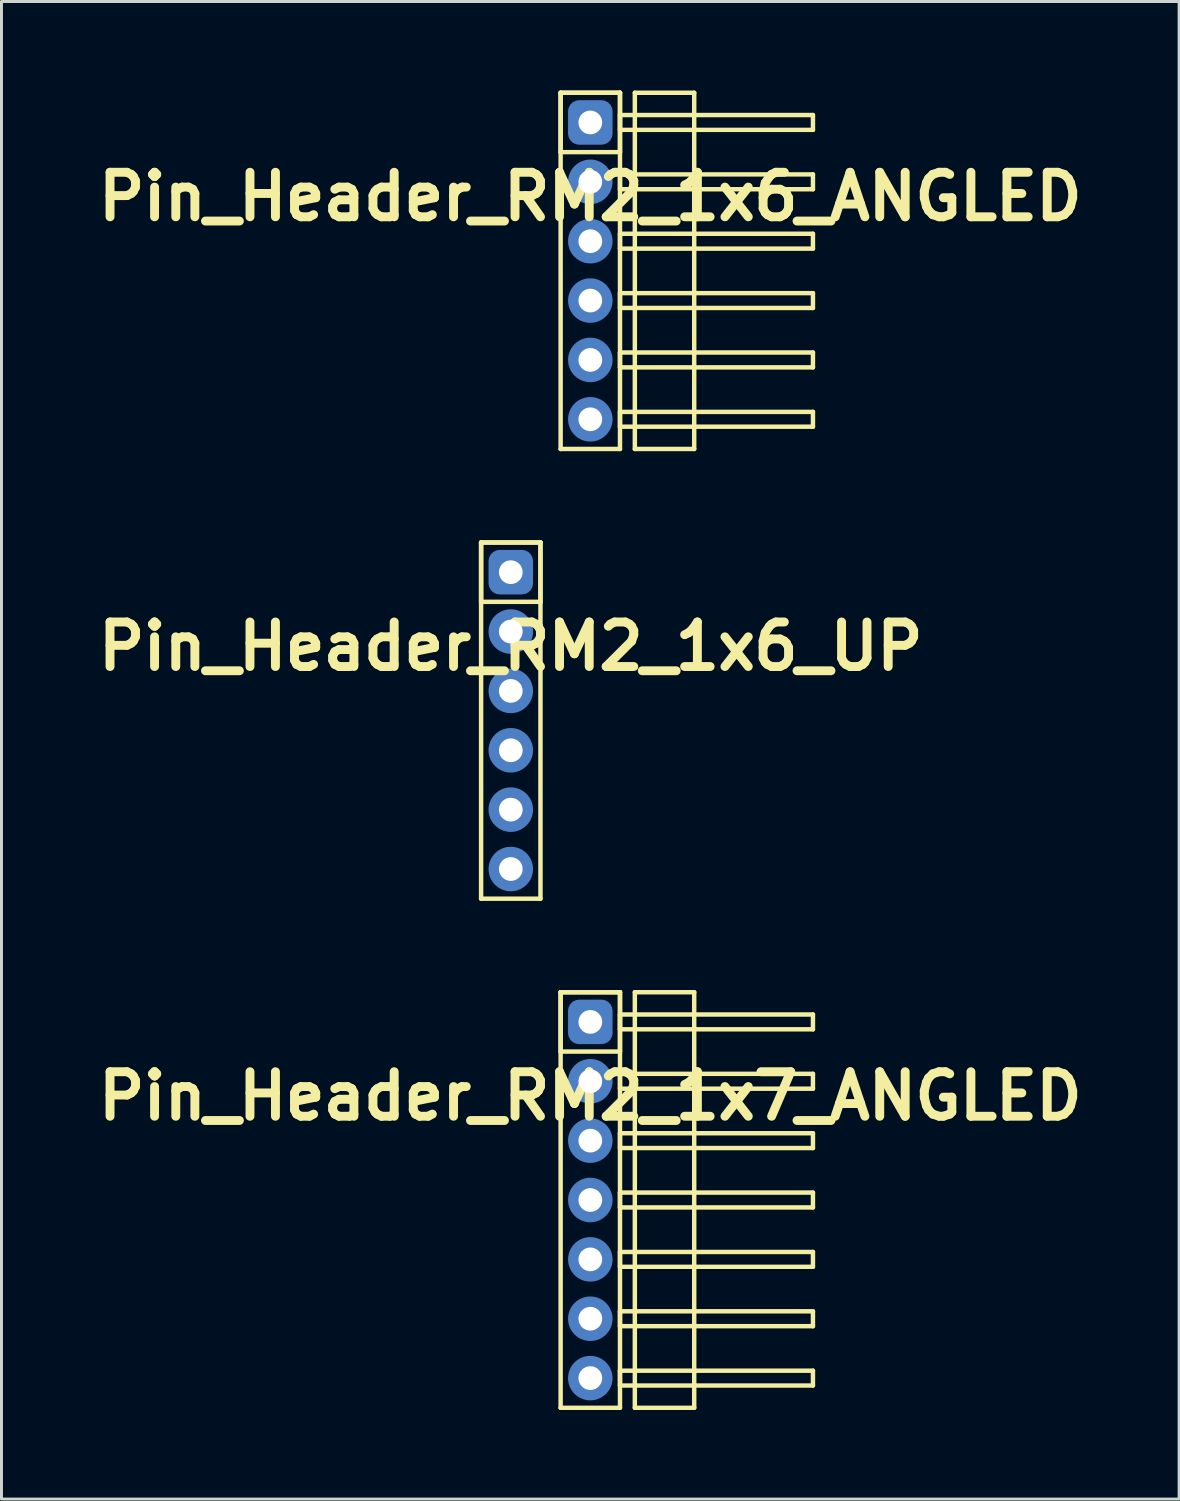
<source format=kicad_pcb>
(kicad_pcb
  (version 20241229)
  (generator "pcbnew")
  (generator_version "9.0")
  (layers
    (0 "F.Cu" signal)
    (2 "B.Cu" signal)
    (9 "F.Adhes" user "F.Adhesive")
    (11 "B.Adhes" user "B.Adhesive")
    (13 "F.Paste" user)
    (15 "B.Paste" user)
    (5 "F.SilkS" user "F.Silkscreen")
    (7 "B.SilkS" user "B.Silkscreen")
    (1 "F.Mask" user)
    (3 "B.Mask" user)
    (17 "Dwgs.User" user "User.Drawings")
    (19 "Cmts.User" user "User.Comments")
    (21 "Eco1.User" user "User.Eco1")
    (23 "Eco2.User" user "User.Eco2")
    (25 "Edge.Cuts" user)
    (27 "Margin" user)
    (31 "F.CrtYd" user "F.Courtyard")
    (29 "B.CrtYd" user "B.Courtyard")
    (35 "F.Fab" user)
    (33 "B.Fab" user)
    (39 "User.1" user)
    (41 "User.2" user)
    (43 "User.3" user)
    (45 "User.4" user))
  (footprint "Pin_Header_RM2_1x6_ANGLED"
    (layer "F.Cu")
    (at 16.836 1.075)
    (property "Reference" "Pin_Header_RM2_1x6_ANGLED" (at 0 2.5 0) (layer "F.SilkS") (effects (font (size 1.5 1.5) (thickness 0.3))))
    (attr through_hole)
    (fp_line (start -1 -1) (end 1 -1) (stroke (width 0.15) (type solid)) (layer "F.SilkS"))
    (fp_line (start -1 -1) (end 1 -1) (stroke (width 0.15) (type solid)) (layer "F.SilkS"))
    (fp_line (start -1 1) (end -1 -1) (stroke (width 0.15) (type solid)) (layer "F.SilkS"))
    (fp_line (start -1 11) (end -1 -1) (stroke (width 0.15) (type solid)) (layer "F.SilkS"))
    (fp_line (start 1 -1) (end 1 1) (stroke (width 0.15) (type solid)) (layer "F.SilkS"))
    (fp_line (start 1 -1) (end 1 11) (stroke (width 0.15) (type solid)) (layer "F.SilkS"))
    (fp_line (start 1 -0.25) (end 7.5 -0.25) (stroke (width 0.15) (type solid)) (layer "F.SilkS"))
    (fp_line (start 1 0.25) (end 1 -0.25) (stroke (width 0.15) (type solid)) (layer "F.SilkS"))
    (fp_line (start 1 1) (end -1 1) (stroke (width 0.15) (type solid)) (layer "F.SilkS"))
    (fp_line (start 1 1.75) (end 7.5 1.75) (stroke (width 0.15) (type solid)) (layer "F.SilkS"))
    (fp_line (start 1 2.25) (end 1 1.75) (stroke (width 0.15) (type solid)) (layer "F.SilkS"))
    (fp_line (start 1 3.75) (end 7.5 3.75) (stroke (width 0.15) (type solid)) (layer "F.SilkS"))
    (fp_line (start 1 4.25) (end 1 3.75) (stroke (width 0.15) (type solid)) (layer "F.SilkS"))
    (fp_line (start 1 5.75) (end 7.5 5.75) (stroke (width 0.15) (type solid)) (layer "F.SilkS"))
    (fp_line (start 1 6.25) (end 1 5.75) (stroke (width 0.15) (type solid)) (layer "F.SilkS"))
    (fp_line (start 1 7.75) (end 7.5 7.75) (stroke (width 0.15) (type solid)) (layer "F.SilkS"))
    (fp_line (start 1 8.25) (end 1 7.75) (stroke (width 0.15) (type solid)) (layer "F.SilkS"))
    (fp_line (start 1 9.75) (end 7.5 9.75) (stroke (width 0.15) (type solid)) (layer "F.SilkS"))
    (fp_line (start 1 10.25) (end 1 9.75) (stroke (width 0.15) (type solid)) (layer "F.SilkS"))
    (fp_line (start 1 11) (end -1 11) (stroke (width 0.15) (type solid)) (layer "F.SilkS"))
    (fp_line (start 1.5 -1) (end 3.5 -1) (stroke (width 0.15) (type solid)) (layer "F.SilkS"))
    (fp_line (start 1.5 11) (end 1.5 -1) (stroke (width 0.15) (type solid)) (layer "F.SilkS"))
    (fp_line (start 3.5 -1) (end 3.5 11) (stroke (width 0.15) (type solid)) (layer "F.SilkS"))
    (fp_line (start 3.5 11) (end 1.5 11) (stroke (width 0.15) (type solid)) (layer "F.SilkS"))
    (fp_line (start 7.5 -0.25) (end 7.5 0.25) (stroke (width 0.15) (type solid)) (layer "F.SilkS"))
    (fp_line (start 7.5 0.25) (end 1 0.25) (stroke (width 0.15) (type solid)) (layer "F.SilkS"))
    (fp_line (start 7.5 1.75) (end 7.5 2.25) (stroke (width 0.15) (type solid)) (layer "F.SilkS"))
    (fp_line (start 7.5 2.25) (end 1 2.25) (stroke (width 0.15) (type solid)) (layer "F.SilkS"))
    (fp_line (start 7.5 3.75) (end 7.5 4.25) (stroke (width 0.15) (type solid)) (layer "F.SilkS"))
    (fp_line (start 7.5 4.25) (end 1 4.25) (stroke (width 0.15) (type solid)) (layer "F.SilkS"))
    (fp_line (start 7.5 5.75) (end 7.5 6.25) (stroke (width 0.15) (type solid)) (layer "F.SilkS"))
    (fp_line (start 7.5 6.25) (end 1 6.25) (stroke (width 0.15) (type solid)) (layer "F.SilkS"))
    (fp_line (start 7.5 7.75) (end 7.5 8.25) (stroke (width 0.15) (type solid)) (layer "F.SilkS"))
    (fp_line (start 7.5 8.25) (end 1 8.25) (stroke (width 0.15) (type solid)) (layer "F.SilkS"))
    (fp_line (start 7.5 9.75) (end 7.5 10.25) (stroke (width 0.15) (type solid)) (layer "F.SilkS"))
    (fp_line (start 7.5 10.25) (end 1 10.25) (stroke (width 0.15) (type solid)) (layer "F.SilkS"))
    (pad "1" thru_hole circle (at 0 0) (size 1.1 1.1) (drill 0.8) (layers "*.Cu" "*.Mask"))
    (pad "1" smd roundrect (at 0 0) (size 1.25 1.25) (layers "F.Cu" "F.Mask") (roundrect_rratio 0.25))
    (pad "1" smd roundrect (at 0 0) (size 1.5 1.5) (layers "B.Cu" "B.Mask") (roundrect_rratio 0.25))
    (pad "2" thru_hole circle (at 0 2) (size 1.1 1.1) (drill 0.8) (layers "*.Cu" "*.Mask"))
    (pad "2" smd circle (at 0 2) (size 1.25 1.25) (layers "F.Cu" "F.Mask"))
    (pad "2" smd circle (at 0 2) (size 1.5 1.5) (layers "B.Cu" "B.Mask"))
    (pad "3" thru_hole circle (at 0 4) (size 1.1 1.1) (drill 0.8) (layers "*.Cu" "*.Mask"))
    (pad "3" smd circle (at 0 4) (size 1.25 1.25) (layers "F.Cu" "F.Mask"))
    (pad "3" smd circle (at 0 4) (size 1.5 1.5) (layers "B.Cu" "B.Mask"))
    (pad "4" thru_hole circle (at 0 6) (size 1.1 1.1) (drill 0.8) (layers "*.Cu" "*.Mask"))
    (pad "4" smd circle (at 0 6) (size 1.25 1.25) (layers "F.Cu" "F.Mask"))
    (pad "4" smd circle (at 0 6) (size 1.5 1.5) (layers "B.Cu" "B.Mask"))
    (pad "5" thru_hole circle (at 0 8) (size 1.1 1.1) (drill 0.8) (layers "*.Cu" "*.Mask"))
    (pad "5" smd circle (at 0 8) (size 1.25 1.25) (layers "F.Cu" "F.Mask"))
    (pad "5" smd circle (at 0 8) (size 1.5 1.5) (layers "B.Cu" "B.Mask"))
    (pad "6" thru_hole circle (at 0 10) (size 1.1 1.1) (drill 0.8) (layers "*.Cu" "*.Mask"))
    (pad "6" smd circle (at 0 10) (size 1.25 1.25) (layers "F.Cu" "F.Mask"))
    (pad "6" smd circle (at 0 10) (size 1.5 1.5) (layers "B.Cu" "B.Mask")))
  (footprint "Pin_Header_RM2_1x6_UP"
    (layer "F.Cu")
    (at 14.157 16.225)
    (property "Reference" "Pin_Header_RM2_1x6_UP" (at 0 2.5 0) (layer "F.SilkS") (effects (font (size 1.5 1.5) (thickness 0.3))))
    (attr through_hole)
    (fp_line (start -1 -1) (end 1 -1) (stroke (width 0.15) (type solid)) (layer "F.SilkS"))
    (fp_line (start -1 -1) (end 1 -1) (stroke (width 0.15) (type solid)) (layer "F.SilkS"))
    (fp_line (start -1 1) (end -1 -1) (stroke (width 0.15) (type solid)) (layer "F.SilkS"))
    (fp_line (start -1 11) (end -1 -1) (stroke (width 0.15) (type solid)) (layer "F.SilkS"))
    (fp_line (start 1 -1) (end 1 1) (stroke (width 0.15) (type solid)) (layer "F.SilkS"))
    (fp_line (start 1 -1) (end 1 11) (stroke (width 0.15) (type solid)) (layer "F.SilkS"))
    (fp_line (start 1 1) (end -1 1) (stroke (width 0.15) (type solid)) (layer "F.SilkS"))
    (fp_line (start 1 11) (end -1 11) (stroke (width 0.15) (type solid)) (layer "F.SilkS"))
    (pad "1" thru_hole circle (at 0 0) (size 1.1 1.1) (drill 0.8) (layers "*.Cu" "*.Mask"))
    (pad "1" smd roundrect (at 0 0) (size 1.25 1.25) (layers "F.Cu" "F.Mask") (roundrect_rratio 0.25))
    (pad "1" smd roundrect (at 0 0) (size 1.5 1.5) (layers "B.Cu" "B.Mask") (roundrect_rratio 0.25))
    (pad "2" thru_hole circle (at 0 2) (size 1.1 1.1) (drill 0.8) (layers "*.Cu" "*.Mask"))
    (pad "2" smd circle (at 0 2) (size 1.25 1.25) (layers "F.Cu" "F.Mask"))
    (pad "2" smd circle (at 0 2) (size 1.5 1.5) (layers "B.Cu" "B.Mask"))
    (pad "3" thru_hole circle (at 0 4) (size 1.1 1.1) (drill 0.8) (layers "*.Cu" "*.Mask"))
    (pad "3" smd circle (at 0 4) (size 1.25 1.25) (layers "F.Cu" "F.Mask"))
    (pad "3" smd circle (at 0 4) (size 1.5 1.5) (layers "B.Cu" "B.Mask"))
    (pad "4" thru_hole circle (at 0 6) (size 1.1 1.1) (drill 0.8) (layers "*.Cu" "*.Mask"))
    (pad "4" smd circle (at 0 6) (size 1.25 1.25) (layers "F.Cu" "F.Mask"))
    (pad "4" smd circle (at 0 6) (size 1.5 1.5) (layers "B.Cu" "B.Mask"))
    (pad "5" thru_hole circle (at 0 8) (size 1.1 1.1) (drill 0.8) (layers "*.Cu" "*.Mask"))
    (pad "5" smd circle (at 0 8) (size 1.25 1.25) (layers "F.Cu" "F.Mask"))
    (pad "5" smd circle (at 0 8) (size 1.5 1.5) (layers "B.Cu" "B.Mask"))
    (pad "6" thru_hole circle (at 0 10) (size 1.1 1.1) (drill 0.8) (layers "*.Cu" "*.Mask"))
    (pad "6" smd circle (at 0 10) (size 1.25 1.25) (layers "F.Cu" "F.Mask"))
    (pad "6" smd circle (at 0 10) (size 1.5 1.5) (layers "B.Cu" "B.Mask")))
  (footprint "Pin_Header_RM2_1x7_ANGLED"
    (layer "F.Cu")
    (at 16.836 31.375)
    (property "Reference" "Pin_Header_RM2_1x7_ANGLED" (at 0 2.5 0) (layer "F.SilkS") (effects (font (size 1.5 1.5) (thickness 0.3))))
    (attr through_hole)
    (fp_line (start -1 -1) (end 1 -1) (stroke (width 0.15) (type solid)) (layer "F.SilkS"))
    (fp_line (start -1 -1) (end 1 -1) (stroke (width 0.15) (type solid)) (layer "F.SilkS"))
    (fp_line (start -1 1) (end -1 -1) (stroke (width 0.15) (type solid)) (layer "F.SilkS"))
    (fp_line (start -1 13) (end -1 -1) (stroke (width 0.15) (type solid)) (layer "F.SilkS"))
    (fp_line (start 1 -1) (end 1 1) (stroke (width 0.15) (type solid)) (layer "F.SilkS"))
    (fp_line (start 1 -1) (end 1 13) (stroke (width 0.15) (type solid)) (layer "F.SilkS"))
    (fp_line (start 1 -0.25) (end 7.5 -0.25) (stroke (width 0.15) (type solid)) (layer "F.SilkS"))
    (fp_line (start 1 0.25) (end 1 -0.25) (stroke (width 0.15) (type solid)) (layer "F.SilkS"))
    (fp_line (start 1 1) (end -1 1) (stroke (width 0.15) (type solid)) (layer "F.SilkS"))
    (fp_line (start 1 1.75) (end 7.5 1.75) (stroke (width 0.15) (type solid)) (layer "F.SilkS"))
    (fp_line (start 1 2.25) (end 1 1.75) (stroke (width 0.15) (type solid)) (layer "F.SilkS"))
    (fp_line (start 1 3.75) (end 7.5 3.75) (stroke (width 0.15) (type solid)) (layer "F.SilkS"))
    (fp_line (start 1 4.25) (end 1 3.75) (stroke (width 0.15) (type solid)) (layer "F.SilkS"))
    (fp_line (start 1 5.75) (end 7.5 5.75) (stroke (width 0.15) (type solid)) (layer "F.SilkS"))
    (fp_line (start 1 6.25) (end 1 5.75) (stroke (width 0.15) (type solid)) (layer "F.SilkS"))
    (fp_line (start 1 7.75) (end 7.5 7.75) (stroke (width 0.15) (type solid)) (layer "F.SilkS"))
    (fp_line (start 1 8.25) (end 1 7.75) (stroke (width 0.15) (type solid)) (layer "F.SilkS"))
    (fp_line (start 1 9.75) (end 7.5 9.75) (stroke (width 0.15) (type solid)) (layer "F.SilkS"))
    (fp_line (start 1 10.25) (end 1 9.75) (stroke (width 0.15) (type solid)) (layer "F.SilkS"))
    (fp_line (start 1 11.75) (end 7.5 11.75) (stroke (width 0.15) (type solid)) (layer "F.SilkS"))
    (fp_line (start 1 12.25) (end 1 11.75) (stroke (width 0.15) (type solid)) (layer "F.SilkS"))
    (fp_line (start 1 13) (end -1 13) (stroke (width 0.15) (type solid)) (layer "F.SilkS"))
    (fp_line (start 1.5 -1) (end 3.5 -1) (stroke (width 0.15) (type solid)) (layer "F.SilkS"))
    (fp_line (start 1.5 13) (end 1.5 -1) (stroke (width 0.15) (type solid)) (layer "F.SilkS"))
    (fp_line (start 3.5 -1) (end 3.5 13) (stroke (width 0.15) (type solid)) (layer "F.SilkS"))
    (fp_line (start 3.5 13) (end 1.5 13) (stroke (width 0.15) (type solid)) (layer "F.SilkS"))
    (fp_line (start 7.5 -0.25) (end 7.5 0.25) (stroke (width 0.15) (type solid)) (layer "F.SilkS"))
    (fp_line (start 7.5 0.25) (end 1 0.25) (stroke (width 0.15) (type solid)) (layer "F.SilkS"))
    (fp_line (start 7.5 1.75) (end 7.5 2.25) (stroke (width 0.15) (type solid)) (layer "F.SilkS"))
    (fp_line (start 7.5 2.25) (end 1 2.25) (stroke (width 0.15) (type solid)) (layer "F.SilkS"))
    (fp_line (start 7.5 3.75) (end 7.5 4.25) (stroke (width 0.15) (type solid)) (layer "F.SilkS"))
    (fp_line (start 7.5 4.25) (end 1 4.25) (stroke (width 0.15) (type solid)) (layer "F.SilkS"))
    (fp_line (start 7.5 5.75) (end 7.5 6.25) (stroke (width 0.15) (type solid)) (layer "F.SilkS"))
    (fp_line (start 7.5 6.25) (end 1 6.25) (stroke (width 0.15) (type solid)) (layer "F.SilkS"))
    (fp_line (start 7.5 7.75) (end 7.5 8.25) (stroke (width 0.15) (type solid)) (layer "F.SilkS"))
    (fp_line (start 7.5 8.25) (end 1 8.25) (stroke (width 0.15) (type solid)) (layer "F.SilkS"))
    (fp_line (start 7.5 9.75) (end 7.5 10.25) (stroke (width 0.15) (type solid)) (layer "F.SilkS"))
    (fp_line (start 7.5 10.25) (end 1 10.25) (stroke (width 0.15) (type solid)) (layer "F.SilkS"))
    (fp_line (start 7.5 11.75) (end 7.5 12.25) (stroke (width 0.15) (type solid)) (layer "F.SilkS"))
    (fp_line (start 7.5 12.25) (end 1 12.25) (stroke (width 0.15) (type solid)) (layer "F.SilkS"))
    (pad "1" thru_hole circle (at 0 0) (size 1.1 1.1) (drill 0.8) (layers "*.Cu" "*.Mask"))
    (pad "1" smd roundrect (at 0 0) (size 1.25 1.25) (layers "F.Cu" "F.Mask") (roundrect_rratio 0.25))
    (pad "1" smd roundrect (at 0 0) (size 1.5 1.5) (layers "B.Cu" "B.Mask") (roundrect_rratio 0.25))
    (pad "2" thru_hole circle (at 0 2) (size 1.1 1.1) (drill 0.8) (layers "*.Cu" "*.Mask"))
    (pad "2" smd circle (at 0 2) (size 1.25 1.25) (layers "F.Cu" "F.Mask"))
    (pad "2" smd circle (at 0 2) (size 1.5 1.5) (layers "B.Cu" "B.Mask"))
    (pad "3" thru_hole circle (at 0 4) (size 1.1 1.1) (drill 0.8) (layers "*.Cu" "*.Mask"))
    (pad "3" smd circle (at 0 4) (size 1.25 1.25) (layers "F.Cu" "F.Mask"))
    (pad "3" smd circle (at 0 4) (size 1.5 1.5) (layers "B.Cu" "B.Mask"))
    (pad "4" thru_hole circle (at 0 6) (size 1.1 1.1) (drill 0.8) (layers "*.Cu" "*.Mask"))
    (pad "4" smd circle (at 0 6) (size 1.25 1.25) (layers "F.Cu" "F.Mask"))
    (pad "4" smd circle (at 0 6) (size 1.5 1.5) (layers "B.Cu" "B.Mask"))
    (pad "5" thru_hole circle (at 0 8) (size 1.1 1.1) (drill 0.8) (layers "*.Cu" "*.Mask"))
    (pad "5" smd circle (at 0 8) (size 1.25 1.25) (layers "F.Cu" "F.Mask"))
    (pad "5" smd circle (at 0 8) (size 1.5 1.5) (layers "B.Cu" "B.Mask"))
    (pad "6" thru_hole circle (at 0 10) (size 1.1 1.1) (drill 0.8) (layers "*.Cu" "*.Mask"))
    (pad "6" smd circle (at 0 10) (size 1.25 1.25) (layers "F.Cu" "F.Mask"))
    (pad "6" smd circle (at 0 10) (size 1.5 1.5) (layers "B.Cu" "B.Mask"))
    (pad "7" thru_hole circle (at 0 12) (size 1.1 1.1) (drill 0.8) (layers "*.Cu" "*.Mask"))
    (pad "7" smd circle (at 0 12) (size 1.25 1.25) (layers "F.Cu" "F.Mask"))
    (pad "7" smd circle (at 0 12) (size 1.5 1.5) (layers "B.Cu" "B.Mask")))
  (gr_rect
    (start -3 -3)
    (end 36.671 47.45)
    (stroke (width 0.1) (type default))
    (fill no)
    (layer "Edge.Cuts")))
</source>
